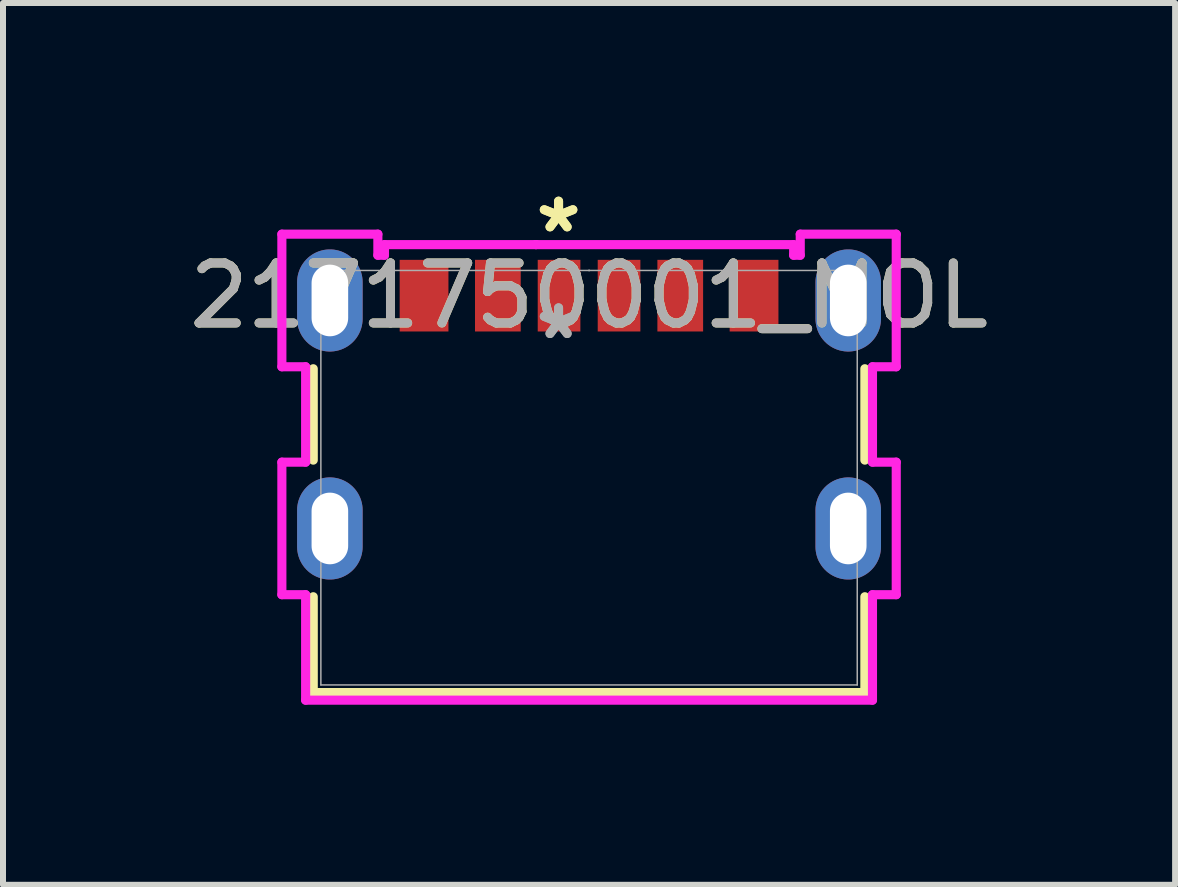
<source format=kicad_pcb>
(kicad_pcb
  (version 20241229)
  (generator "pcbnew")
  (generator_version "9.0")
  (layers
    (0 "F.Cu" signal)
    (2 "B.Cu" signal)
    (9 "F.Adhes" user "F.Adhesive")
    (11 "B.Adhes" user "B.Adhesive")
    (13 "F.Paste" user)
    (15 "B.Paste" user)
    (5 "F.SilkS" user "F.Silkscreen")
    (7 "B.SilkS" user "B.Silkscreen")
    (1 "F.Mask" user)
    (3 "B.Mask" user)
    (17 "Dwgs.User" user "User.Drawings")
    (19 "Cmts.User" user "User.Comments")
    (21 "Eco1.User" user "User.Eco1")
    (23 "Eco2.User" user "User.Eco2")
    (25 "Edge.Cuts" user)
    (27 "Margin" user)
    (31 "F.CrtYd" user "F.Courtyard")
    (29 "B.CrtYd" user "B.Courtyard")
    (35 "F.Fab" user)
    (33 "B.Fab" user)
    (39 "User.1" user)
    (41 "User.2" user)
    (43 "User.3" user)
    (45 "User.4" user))
  (footprint "2171750001_MOL"
    (layer "F.Cu")
    (at 6.768 4.912)
    (property "Reference" "2171750001_MOL" (at 0 -3.034 0) (unlocked yes) (layer "F.SilkS") (effects (font (size 1 1) (thickness 0.15))))
    (attr smd)
    (fp_line (start -4.597 -1.816) (end -4.597 -0.293) (stroke (width 0.152) (type solid)) (layer "F.SilkS"))
    (fp_line (start -4.597 1.984) (end -4.597 3.581) (stroke (width 0.152) (type solid)) (layer "F.SilkS"))
    (fp_line (start -4.597 3.581) (end 4.597 3.581) (stroke (width 0.152) (type solid)) (layer "F.SilkS"))
    (fp_line (start 4.597 -0.293) (end 4.597 -1.816) (stroke (width 0.152) (type solid)) (layer "F.SilkS"))
    (fp_line (start 4.597 3.581) (end 4.597 1.984) (stroke (width 0.152) (type solid)) (layer "F.SilkS"))
    (fp_line (start -5.12 -4.059) (end -5.12 -1.849) (stroke (width 0.152) (type solid)) (layer "F.CrtYd"))
    (fp_line (start -5.12 -1.849) (end -4.724 -1.849) (stroke (width 0.152) (type solid)) (layer "F.CrtYd"))
    (fp_line (start -5.12 -0.259) (end -5.12 1.95) (stroke (width 0.152) (type solid)) (layer "F.CrtYd"))
    (fp_line (start -5.12 1.95) (end -4.724 1.95) (stroke (width 0.152) (type solid)) (layer "F.CrtYd"))
    (fp_line (start -4.724 -1.849) (end -4.724 -0.259) (stroke (width 0.152) (type solid)) (layer "F.CrtYd"))
    (fp_line (start -4.724 -0.259) (end -5.12 -0.259) (stroke (width 0.152) (type solid)) (layer "F.CrtYd"))
    (fp_line (start -4.724 1.95) (end -4.724 3.708) (stroke (width 0.152) (type solid)) (layer "F.CrtYd"))
    (fp_line (start -4.724 3.708) (end 4.724 3.708) (stroke (width 0.152) (type solid)) (layer "F.CrtYd"))
    (fp_line (start -3.52 -4.059) (end -5.12 -4.059) (stroke (width 0.152) (type solid)) (layer "F.CrtYd"))
    (fp_line (start -3.52 -3.708) (end -3.52 -4.059) (stroke (width 0.152) (type solid)) (layer "F.CrtYd"))
    (fp_line (start -3.41 -3.885) (end -3.41 -3.708) (stroke (width 0.152) (type solid)) (layer "F.CrtYd"))
    (fp_line (start -3.41 -3.708) (end -3.52 -3.708) (stroke (width 0.152) (type solid)) (layer "F.CrtYd"))
    (fp_line (start -0.885 -3.885) (end -0.885 -3.885) (stroke (width 0.152) (type solid)) (layer "F.CrtYd"))
    (fp_line (start -0.885 -3.885) (end -3.41 -3.885) (stroke (width 0.152) (type solid)) (layer "F.CrtYd"))
    (fp_line (start 3.41 -3.885) (end -0.885 -3.885) (stroke (width 0.152) (type solid)) (layer "F.CrtYd"))
    (fp_line (start 3.41 -3.708) (end 3.41 -3.885) (stroke (width 0.152) (type solid)) (layer "F.CrtYd"))
    (fp_line (start 3.52 -4.059) (end 3.52 -3.708) (stroke (width 0.152) (type solid)) (layer "F.CrtYd"))
    (fp_line (start 3.52 -3.708) (end 3.41 -3.708) (stroke (width 0.152) (type solid)) (layer "F.CrtYd"))
    (fp_line (start 4.724 -1.849) (end 5.12 -1.849) (stroke (width 0.152) (type solid)) (layer "F.CrtYd"))
    (fp_line (start 4.724 -0.259) (end 4.724 -1.849) (stroke (width 0.152) (type solid)) (layer "F.CrtYd"))
    (fp_line (start 4.724 1.95) (end 5.12 1.95) (stroke (width 0.152) (type solid)) (layer "F.CrtYd"))
    (fp_line (start 4.724 3.708) (end 4.724 1.95) (stroke (width 0.152) (type solid)) (layer "F.CrtYd"))
    (fp_line (start 5.12 -4.059) (end 3.52 -4.059) (stroke (width 0.152) (type solid)) (layer "F.CrtYd"))
    (fp_line (start 5.12 -1.849) (end 5.12 -4.059) (stroke (width 0.152) (type solid)) (layer "F.CrtYd"))
    (fp_line (start 5.12 -0.259) (end 4.724 -0.259) (stroke (width 0.152) (type solid)) (layer "F.CrtYd"))
    (fp_line (start 5.12 1.95) (end 5.12 -0.259) (stroke (width 0.152) (type solid)) (layer "F.CrtYd"))
    (fp_line (start -4.47 -3.454) (end -4.47 3.454) (stroke (width 0.025) (type solid)) (layer "F.Fab"))
    (fp_line (start -4.47 3.454) (end 4.47 3.454) (stroke (width 0.025) (type solid)) (layer "F.Fab"))
    (fp_line (start 0 -3.454) (end 0 -3.454) (stroke (width 0.025) (type solid)) (layer "F.Fab"))
    (fp_line (start 0 -3.454) (end 0 -3.454) (stroke (width 0.025) (type solid)) (layer "F.Fab"))
    (fp_line (start 0 -3.454) (end 0 -3.454) (stroke (width 0.025) (type solid)) (layer "F.Fab"))
    (fp_line (start 0 -3.454) (end 0 -3.454) (stroke (width 0.025) (type solid)) (layer "F.Fab"))
    (fp_line (start 4.47 -3.454) (end -4.47 -3.454) (stroke (width 0.025) (type solid)) (layer "F.Fab"))
    (fp_line (start 4.47 3.454) (end 4.47 -3.454) (stroke (width 0.025) (type solid)) (layer "F.Fab"))
    (fp_text user "*" (at -0.508 -4.064 0) (layer "F.SilkS") (effects (font (size 1 1) (thickness 0.15))))
    (fp_text user "*" (at -0.508 -4.064 0) (unlocked yes) (layer "F.SilkS") (effects (font (size 1 1) (thickness 0.15))))
    (fp_text user "*" (at -0.508 -2.286 0) (layer "F.Fab") (effects (font (size 1 1) (thickness 0.15))))
    (fp_text user "${REFERENCE}" (at 0 -3.034 0) (unlocked yes) (layer "F.Fab") (effects (font (size 1 1) (thickness 0.15))))
    (fp_text user "*" (at -0.508 -2.286 0) (unlocked yes) (layer "F.Fab") (effects (font (size 1 1) (thickness 0.15))))
    (pad "" np_thru_hole oval (at -4.32 -2.954) (size 1.092 1.702) (drill oval 0.61 1.194) (layers "*.Cu" "*.Mask"))
    (pad "" np_thru_hole oval (at -4.32 0.846) (size 1.092 1.702) (drill oval 0.61 1.194) (layers "*.Cu" "*.Mask"))
    (pad "" np_thru_hole oval (at 4.32 -2.954) (size 1.092 1.702) (drill oval 0.61 1.194) (layers "*.Cu" "*.Mask"))
    (pad "" np_thru_hole oval (at 4.32 0.846) (size 1.092 1.702) (drill oval 0.61 1.194) (layers "*.Cu" "*.Mask"))
    (pad "A5" smd rect (at -0.5 -3.034) (size 0.711 1.194) (layers "F.Cu" "F.Mask" "F.Paste"))
    (pad "A9" smd rect (at 1.52 -3.034) (size 0.762 1.194) (layers "F.Cu" "F.Mask" "F.Paste"))
    (pad "A12" smd rect (at 2.75 -3.034) (size 0.813 1.194) (layers "F.Cu" "F.Mask" "F.Paste"))
    (pad "B5" smd rect (at 0.5 -3.034) (size 0.711 1.194) (layers "F.Cu" "F.Mask" "F.Paste"))
    (pad "B9" smd rect (at -1.52 -3.034) (size 0.762 1.194) (layers "F.Cu" "F.Mask" "F.Paste"))
    (pad "B12" smd rect (at -2.75 -3.034) (size 0.813 1.194) (layers "F.Cu" "F.Mask" "F.Paste")))
  (gr_rect
    (start -3 -3)
    (end 16.536 11.697)
    (stroke (width 0.1) (type default))
    (fill no)
    (layer "Edge.Cuts")))
</source>
